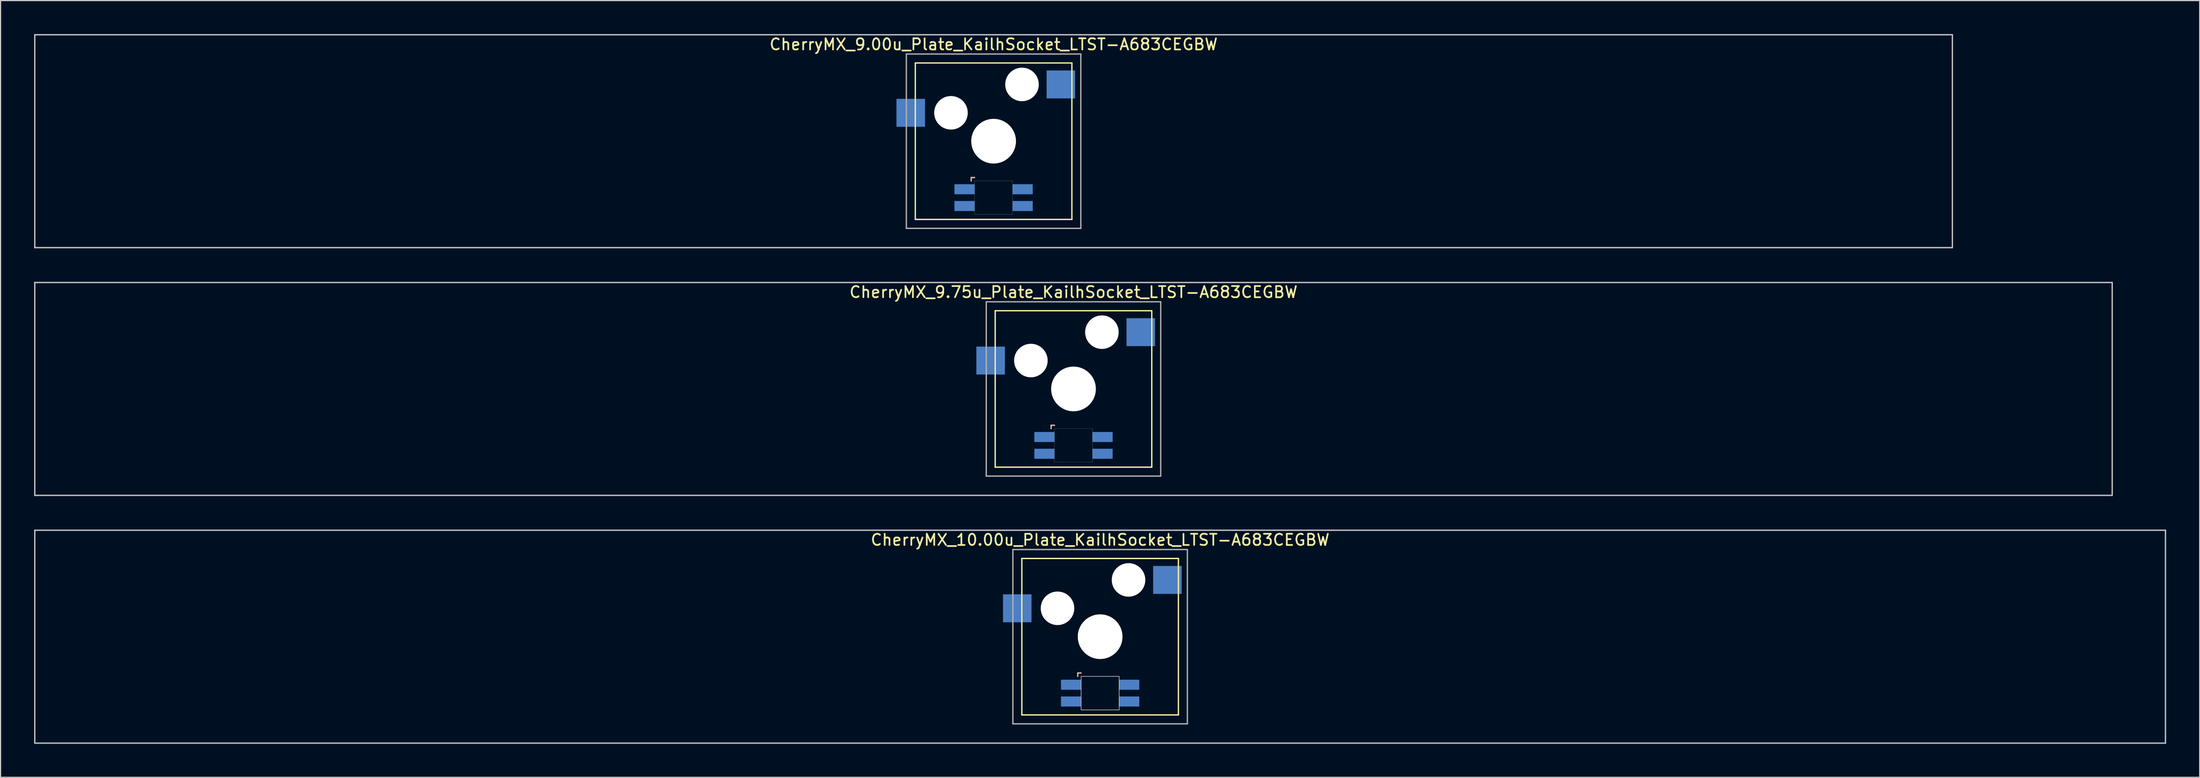
<source format=kicad_pcb>
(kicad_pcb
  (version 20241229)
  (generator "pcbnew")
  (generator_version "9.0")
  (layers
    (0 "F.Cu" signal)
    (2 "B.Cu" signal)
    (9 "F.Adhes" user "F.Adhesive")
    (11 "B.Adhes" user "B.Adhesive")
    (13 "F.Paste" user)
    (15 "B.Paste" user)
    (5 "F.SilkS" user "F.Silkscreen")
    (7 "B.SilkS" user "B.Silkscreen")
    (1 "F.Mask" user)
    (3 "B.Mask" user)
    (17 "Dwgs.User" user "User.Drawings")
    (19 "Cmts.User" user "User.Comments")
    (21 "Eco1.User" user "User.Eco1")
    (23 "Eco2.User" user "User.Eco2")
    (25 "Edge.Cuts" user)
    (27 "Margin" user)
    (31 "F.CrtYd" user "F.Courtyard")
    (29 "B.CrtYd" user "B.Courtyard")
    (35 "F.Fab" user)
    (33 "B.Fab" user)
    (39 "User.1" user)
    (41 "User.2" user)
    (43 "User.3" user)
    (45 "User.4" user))
  (footprint "CherryMX_9.00u_Plate_KailhSocket_LTST-A683CEGBW"
    (layer "F.Cu")
    (at 85.785 9.585)
    (property "Reference" "CherryMX_9.00u_Plate_KailhSocket_LTST-A683CEGBW" (at 0 -8.662 0) (layer "F.SilkS") (effects (font (size 1 1) (thickness 0.15))))
    (attr through_hole)
    (fp_line (start -7 -7) (end -7 7) (stroke (width 0.12) (type solid)) (layer "F.SilkS"))
    (fp_line (start -7 -7) (end 7 -7) (stroke (width 0.12) (type solid)) (layer "F.SilkS"))
    (fp_line (start 7 -7) (end 7 7) (stroke (width 0.12) (type solid)) (layer "F.SilkS"))
    (fp_line (start 7 7) (end -7 7) (stroke (width 0.12) (type solid)) (layer "F.SilkS"))
    (fp_line (start -2 3.25) (end -2 3.55) (stroke (width 0.12) (type solid)) (layer "B.SilkS"))
    (fp_line (start -1.7 3.25) (end -2 3.25) (stroke (width 0.12) (type solid)) (layer "B.SilkS"))
    (fp_line (start -85.725 -9.525) (end 85.725 -9.525) (stroke (width 0.12) (type solid)) (layer "Dwgs.User"))
    (fp_line (start -85.725 9.525) (end -85.725 -9.525) (stroke (width 0.12) (type solid)) (layer "Dwgs.User"))
    (fp_line (start 85.725 -9.525) (end 85.725 9.525) (stroke (width 0.12) (type solid)) (layer "Dwgs.User"))
    (fp_line (start 85.725 9.525) (end -85.725 9.525) (stroke (width 0.12) (type solid)) (layer "Dwgs.User"))
    (fp_poly (pts (xy 1.7 6.55) (xy -1.7 6.55) (xy -1.7 3.55) (xy 1.7 3.55)) (stroke (width 0.01) (type solid)) (fill no) (layer "Edge.Cuts"))
    (fp_line (start -7.8 -7.8) (end -7.8 7.8) (stroke (width 0.12) (type solid)) (layer "F.Fab"))
    (fp_line (start -7.8 -7.8) (end 7.8 -7.8) (stroke (width 0.12) (type solid)) (layer "F.Fab"))
    (fp_line (start -7.8 7.8) (end 7.8 7.8) (stroke (width 0.12) (type solid)) (layer "F.Fab"))
    (fp_line (start 7.8 -7.8) (end 7.8 7.8) (stroke (width 0.12) (type solid)) (layer "F.Fab"))
    (pad "" np_thru_hole circle (at -3.81 -2.54) (size 3 3) (drill 3) (layers "*.Cu" "*.Mask"))
    (pad "" np_thru_hole circle (at 0 0) (size 4 4) (drill 4) (layers "*.Cu" "*.Mask"))
    (pad "" np_thru_hole circle (at 2.54 -5.08) (size 3 3) (drill 3) (layers "*.Cu" "*.Mask"))
    (pad "1" smd rect (at -7.41 -2.54) (size 2.55 2.5) (layers "B.Cu" "B.Mask" "B.Paste"))
    (pad "2" smd rect (at 6.015 -5.08) (size 2.55 2.5) (layers "B.Cu" "B.Mask" "B.Paste"))
    (pad "3" smd rect (at -2.6 4.3) (size 1.8 0.9) (layers "B.Cu" "B.Mask" "B.Paste"))
    (pad "4" smd rect (at -2.6 5.8) (size 1.8 0.9) (layers "B.Cu" "B.Mask" "B.Paste"))
    (pad "5" smd rect (at 2.6 4.3) (size 1.8 0.9) (layers "B.Cu" "B.Mask" "B.Paste"))
    (pad "6" smd rect (at 2.6 5.8) (size 1.8 0.9) (layers "B.Cu" "B.Mask" "B.Paste")))
  (footprint "CherryMX_10.00u_Plate_KailhSocket_LTST-A683CEGBW"
    (layer "F.Cu")
    (at 95.31 53.925)
    (property "Reference" "CherryMX_10.00u_Plate_KailhSocket_LTST-A683CEGBW" (at 0 -8.662 0) (layer "F.SilkS") (effects (font (size 1 1) (thickness 0.15))))
    (attr through_hole)
    (fp_line (start -7 -7) (end -7 7) (stroke (width 0.12) (type solid)) (layer "F.SilkS"))
    (fp_line (start -7 -7) (end 7 -7) (stroke (width 0.12) (type solid)) (layer "F.SilkS"))
    (fp_line (start 7 -7) (end 7 7) (stroke (width 0.12) (type solid)) (layer "F.SilkS"))
    (fp_line (start 7 7) (end -7 7) (stroke (width 0.12) (type solid)) (layer "F.SilkS"))
    (fp_line (start -2 3.25) (end -2 3.55) (stroke (width 0.12) (type solid)) (layer "B.SilkS"))
    (fp_line (start -1.7 3.25) (end -2 3.25) (stroke (width 0.12) (type solid)) (layer "B.SilkS"))
    (fp_line (start -95.25 -9.525) (end 95.25 -9.525) (stroke (width 0.12) (type solid)) (layer "Dwgs.User"))
    (fp_line (start -95.25 9.525) (end -95.25 -9.525) (stroke (width 0.12) (type solid)) (layer "Dwgs.User"))
    (fp_line (start 95.25 -9.525) (end 95.25 9.525) (stroke (width 0.12) (type solid)) (layer "Dwgs.User"))
    (fp_line (start 95.25 9.525) (end -95.25 9.525) (stroke (width 0.12) (type solid)) (layer "Dwgs.User"))
    (fp_line (start -1.7 3.55) (end 1.7 3.55) (stroke (width 0.05) (type solid)) (layer "Edge.Cuts"))
    (fp_line (start -1.7 6.55) (end -1.7 3.55) (stroke (width 0.05) (type solid)) (layer "Edge.Cuts"))
    (fp_line (start 1.7 3.55) (end 1.7 6.55) (stroke (width 0.05) (type solid)) (layer "Edge.Cuts"))
    (fp_line (start 1.7 6.55) (end -1.7 6.55) (stroke (width 0.05) (type solid)) (layer "Edge.Cuts"))
    (fp_line (start -7.8 -7.8) (end -7.8 7.8) (stroke (width 0.12) (type solid)) (layer "F.Fab"))
    (fp_line (start -7.8 -7.8) (end 7.8 -7.8) (stroke (width 0.12) (type solid)) (layer "F.Fab"))
    (fp_line (start -7.8 7.8) (end 7.8 7.8) (stroke (width 0.12) (type solid)) (layer "F.Fab"))
    (fp_line (start 7.8 -7.8) (end 7.8 7.8) (stroke (width 0.12) (type solid)) (layer "F.Fab"))
    (pad "" np_thru_hole circle (at -3.81 -2.54) (size 3 3) (drill 3) (layers "*.Cu" "*.Mask"))
    (pad "" np_thru_hole circle (at 0 0) (size 4 4) (drill 4) (layers "*.Cu" "*.Mask"))
    (pad "" np_thru_hole circle (at 2.54 -5.08) (size 3 3) (drill 3) (layers "*.Cu" "*.Mask"))
    (pad "1" smd rect (at -7.41 -2.54) (size 2.55 2.5) (layers "B.Cu" "B.Mask" "B.Paste"))
    (pad "2" smd rect (at 6.015 -5.08) (size 2.55 2.5) (layers "B.Cu" "B.Mask" "B.Paste"))
    (pad "3" smd rect (at -2.6 4.3) (size 1.8 0.9) (layers "B.Cu" "B.Mask" "B.Paste"))
    (pad "4" smd rect (at -2.6 5.8) (size 1.8 0.9) (layers "B.Cu" "B.Mask" "B.Paste"))
    (pad "5" smd rect (at 2.6 4.3) (size 1.8 0.9) (layers "B.Cu" "B.Mask" "B.Paste"))
    (pad "6" smd rect (at 2.6 5.8) (size 1.8 0.9) (layers "B.Cu" "B.Mask" "B.Paste")))
  (footprint "CherryMX_9.75u_Plate_KailhSocket_LTST-A683CEGBW"
    (layer "F.Cu")
    (at 92.929 31.755)
    (property "Reference" "CherryMX_9.75u_Plate_KailhSocket_LTST-A683CEGBW" (at 0 -8.662 0) (layer "F.SilkS") (effects (font (size 1 1) (thickness 0.15))))
    (attr through_hole)
    (fp_line (start -7 -7) (end -7 7) (stroke (width 0.12) (type solid)) (layer "F.SilkS"))
    (fp_line (start -7 -7) (end 7 -7) (stroke (width 0.12) (type solid)) (layer "F.SilkS"))
    (fp_line (start 7 -7) (end 7 7) (stroke (width 0.12) (type solid)) (layer "F.SilkS"))
    (fp_line (start 7 7) (end -7 7) (stroke (width 0.12) (type solid)) (layer "F.SilkS"))
    (fp_line (start -2 3.25) (end -2 3.55) (stroke (width 0.12) (type solid)) (layer "B.SilkS"))
    (fp_line (start -1.7 3.25) (end -2 3.25) (stroke (width 0.12) (type solid)) (layer "B.SilkS"))
    (fp_line (start -92.869 -9.525) (end 92.869 -9.525) (stroke (width 0.12) (type solid)) (layer "Dwgs.User"))
    (fp_line (start -92.869 9.525) (end -92.869 -9.525) (stroke (width 0.12) (type solid)) (layer "Dwgs.User"))
    (fp_line (start 92.869 -9.525) (end 92.869 9.525) (stroke (width 0.12) (type solid)) (layer "Dwgs.User"))
    (fp_line (start 92.869 9.525) (end -92.869 9.525) (stroke (width 0.12) (type solid)) (layer "Dwgs.User"))
    (fp_poly (pts (xy 1.7 6.55) (xy -1.7 6.55) (xy -1.7 3.55) (xy 1.7 3.55)) (stroke (width 0.01) (type solid)) (fill no) (layer "Edge.Cuts"))
    (fp_line (start -7.8 -7.8) (end -7.8 7.8) (stroke (width 0.12) (type solid)) (layer "F.Fab"))
    (fp_line (start -7.8 -7.8) (end 7.8 -7.8) (stroke (width 0.12) (type solid)) (layer "F.Fab"))
    (fp_line (start -7.8 7.8) (end 7.8 7.8) (stroke (width 0.12) (type solid)) (layer "F.Fab"))
    (fp_line (start 7.8 -7.8) (end 7.8 7.8) (stroke (width 0.12) (type solid)) (layer "F.Fab"))
    (pad "" np_thru_hole circle (at -3.81 -2.54) (size 3 3) (drill 3) (layers "*.Cu" "*.Mask"))
    (pad "" np_thru_hole circle (at 0 0) (size 4 4) (drill 4) (layers "*.Cu" "*.Mask"))
    (pad "" np_thru_hole circle (at 2.54 -5.08) (size 3 3) (drill 3) (layers "*.Cu" "*.Mask"))
    (pad "1" smd rect (at -7.41 -2.54) (size 2.55 2.5) (layers "B.Cu" "B.Mask" "B.Paste"))
    (pad "2" smd rect (at 6.015 -5.08) (size 2.55 2.5) (layers "B.Cu" "B.Mask" "B.Paste"))
    (pad "3" smd rect (at -2.6 4.3) (size 1.8 0.9) (layers "B.Cu" "B.Mask" "B.Paste"))
    (pad "4" smd rect (at -2.6 5.8) (size 1.8 0.9) (layers "B.Cu" "B.Mask" "B.Paste"))
    (pad "5" smd rect (at 2.6 4.3) (size 1.8 0.9) (layers "B.Cu" "B.Mask" "B.Paste"))
    (pad "6" smd rect (at 2.6 5.8) (size 1.8 0.9) (layers "B.Cu" "B.Mask" "B.Paste")))
  (gr_rect
    (start -3 -3)
    (end 193.62 66.51)
    (stroke (width 0.1) (type default))
    (fill no)
    (layer "Edge.Cuts")))
</source>
